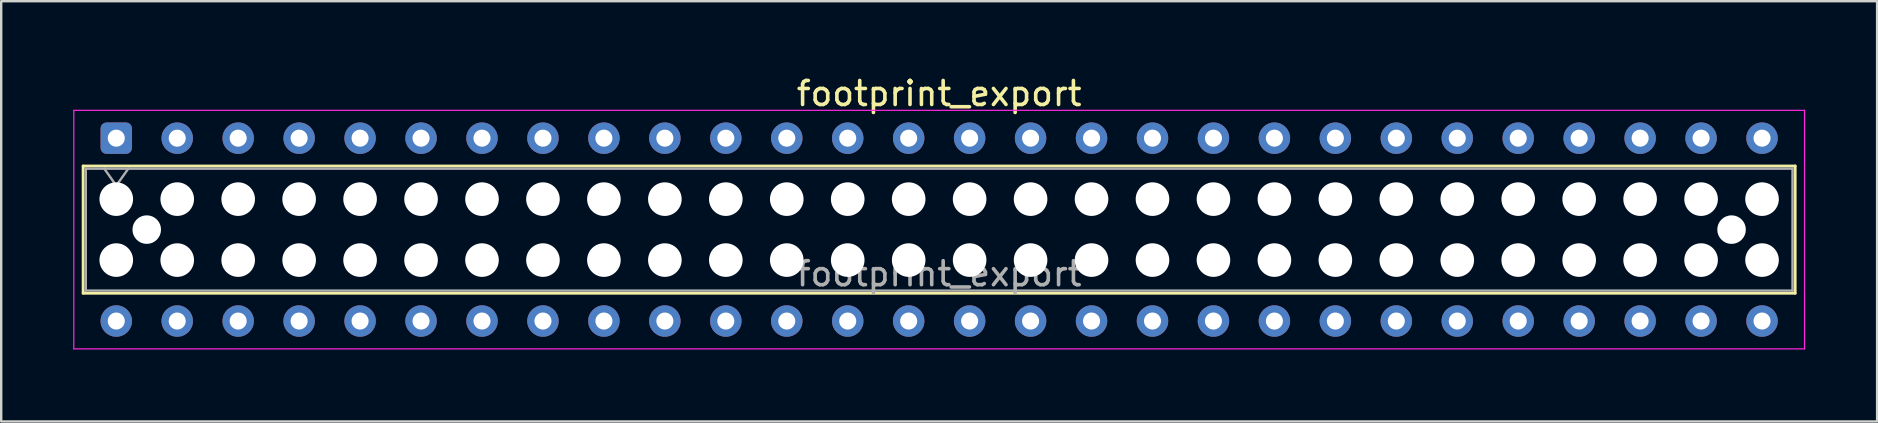
<source format=kicad_pcb>
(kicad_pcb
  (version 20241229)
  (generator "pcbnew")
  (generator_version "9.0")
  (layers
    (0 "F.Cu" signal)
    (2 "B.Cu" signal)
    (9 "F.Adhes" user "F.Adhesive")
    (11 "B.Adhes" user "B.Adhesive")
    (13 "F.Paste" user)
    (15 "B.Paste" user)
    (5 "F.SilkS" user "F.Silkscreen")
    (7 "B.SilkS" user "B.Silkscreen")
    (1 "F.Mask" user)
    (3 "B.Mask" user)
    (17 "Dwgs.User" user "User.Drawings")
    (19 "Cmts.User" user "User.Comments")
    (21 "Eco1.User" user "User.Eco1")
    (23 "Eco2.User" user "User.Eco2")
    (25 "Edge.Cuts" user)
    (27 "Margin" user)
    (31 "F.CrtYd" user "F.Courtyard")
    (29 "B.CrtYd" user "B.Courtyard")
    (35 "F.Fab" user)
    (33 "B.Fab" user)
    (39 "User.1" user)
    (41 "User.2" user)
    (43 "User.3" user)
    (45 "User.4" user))
  (footprint "footprint_export"
    (layer "F.Cu")
    (at 1.795 2.708)
    (property "Reference" "footprint_export" (at 34.29 -1.86 0) (layer "F.SilkS") (effects (font (size 1 1) (thickness 0.15))))
    (attr through_hole)
    (fp_line (start -1.38 1.16) (end 69.96 1.16) (stroke (width 0.12) (type solid)) (layer "F.SilkS"))
    (fp_line (start -1.38 6.46) (end -1.38 1.16) (stroke (width 0.12) (type solid)) (layer "F.SilkS"))
    (fp_line (start 69.96 1.16) (end 69.96 6.46) (stroke (width 0.12) (type solid)) (layer "F.SilkS"))
    (fp_line (start 69.96 6.46) (end -1.38 6.46) (stroke (width 0.12) (type solid)) (layer "F.SilkS"))
    (fp_line (start -1.77 -1.16) (end 70.35 -1.16) (stroke (width 0.05) (type solid)) (layer "F.CrtYd"))
    (fp_line (start -1.77 8.78) (end -1.77 -1.16) (stroke (width 0.05) (type solid)) (layer "F.CrtYd"))
    (fp_line (start 70.35 -1.16) (end 70.35 8.78) (stroke (width 0.05) (type solid)) (layer "F.CrtYd"))
    (fp_line (start 70.35 8.78) (end -1.77 8.78) (stroke (width 0.05) (type solid)) (layer "F.CrtYd"))
    (fp_line (start -1.27 1.27) (end 69.85 1.27) (stroke (width 0.1) (type solid)) (layer "F.Fab"))
    (fp_line (start -1.27 6.35) (end -1.27 1.27) (stroke (width 0.1) (type solid)) (layer "F.Fab"))
    (fp_line (start -0.5 1.27) (end 0 1.977) (stroke (width 0.1) (type solid)) (layer "F.Fab"))
    (fp_line (start 0 1.977) (end 0.5 1.27) (stroke (width 0.1) (type solid)) (layer "F.Fab"))
    (fp_line (start 69.85 1.27) (end 69.85 6.35) (stroke (width 0.1) (type solid)) (layer "F.Fab"))
    (fp_line (start 69.85 6.35) (end -1.27 6.35) (stroke (width 0.1) (type solid)) (layer "F.Fab"))
    (fp_text user "${REFERENCE}" (at 34.29 5.65 0) (layer "F.Fab") (effects (font (size 1 1) (thickness 0.15))))
    (pad "" np_thru_hole circle (at 0 2.54) (size 1.4 1.4) (drill 1.4) (layers "*.Cu" "*.Mask"))
    (pad "" np_thru_hole circle (at 0 5.08) (size 1.4 1.4) (drill 1.4) (layers "*.Cu" "*.Mask"))
    (pad "" np_thru_hole circle (at 1.27 3.81) (size 1.19 1.19) (drill 1.19) (layers "*.Cu" "*.Mask"))
    (pad "" np_thru_hole circle (at 2.54 2.54) (size 1.4 1.4) (drill 1.4) (layers "*.Cu" "*.Mask"))
    (pad "" np_thru_hole circle (at 2.54 5.08) (size 1.4 1.4) (drill 1.4) (layers "*.Cu" "*.Mask"))
    (pad "" np_thru_hole circle (at 5.08 2.54) (size 1.4 1.4) (drill 1.4) (layers "*.Cu" "*.Mask"))
    (pad "" np_thru_hole circle (at 5.08 5.08) (size 1.4 1.4) (drill 1.4) (layers "*.Cu" "*.Mask"))
    (pad "" np_thru_hole circle (at 7.62 2.54) (size 1.4 1.4) (drill 1.4) (layers "*.Cu" "*.Mask"))
    (pad "" np_thru_hole circle (at 7.62 5.08) (size 1.4 1.4) (drill 1.4) (layers "*.Cu" "*.Mask"))
    (pad "" np_thru_hole circle (at 10.16 2.54) (size 1.4 1.4) (drill 1.4) (layers "*.Cu" "*.Mask"))
    (pad "" np_thru_hole circle (at 10.16 5.08) (size 1.4 1.4) (drill 1.4) (layers "*.Cu" "*.Mask"))
    (pad "" np_thru_hole circle (at 12.7 2.54) (size 1.4 1.4) (drill 1.4) (layers "*.Cu" "*.Mask"))
    (pad "" np_thru_hole circle (at 12.7 5.08) (size 1.4 1.4) (drill 1.4) (layers "*.Cu" "*.Mask"))
    (pad "" np_thru_hole circle (at 15.24 2.54) (size 1.4 1.4) (drill 1.4) (layers "*.Cu" "*.Mask"))
    (pad "" np_thru_hole circle (at 15.24 5.08) (size 1.4 1.4) (drill 1.4) (layers "*.Cu" "*.Mask"))
    (pad "" np_thru_hole circle (at 17.78 2.54) (size 1.4 1.4) (drill 1.4) (layers "*.Cu" "*.Mask"))
    (pad "" np_thru_hole circle (at 17.78 5.08) (size 1.4 1.4) (drill 1.4) (layers "*.Cu" "*.Mask"))
    (pad "" np_thru_hole circle (at 20.32 2.54) (size 1.4 1.4) (drill 1.4) (layers "*.Cu" "*.Mask"))
    (pad "" np_thru_hole circle (at 20.32 5.08) (size 1.4 1.4) (drill 1.4) (layers "*.Cu" "*.Mask"))
    (pad "" np_thru_hole circle (at 22.86 2.54) (size 1.4 1.4) (drill 1.4) (layers "*.Cu" "*.Mask"))
    (pad "" np_thru_hole circle (at 22.86 5.08) (size 1.4 1.4) (drill 1.4) (layers "*.Cu" "*.Mask"))
    (pad "" np_thru_hole circle (at 25.4 2.54) (size 1.4 1.4) (drill 1.4) (layers "*.Cu" "*.Mask"))
    (pad "" np_thru_hole circle (at 25.4 5.08) (size 1.4 1.4) (drill 1.4) (layers "*.Cu" "*.Mask"))
    (pad "" np_thru_hole circle (at 27.94 2.54) (size 1.4 1.4) (drill 1.4) (layers "*.Cu" "*.Mask"))
    (pad "" np_thru_hole circle (at 27.94 5.08) (size 1.4 1.4) (drill 1.4) (layers "*.Cu" "*.Mask"))
    (pad "" np_thru_hole circle (at 30.48 2.54) (size 1.4 1.4) (drill 1.4) (layers "*.Cu" "*.Mask"))
    (pad "" np_thru_hole circle (at 30.48 5.08) (size 1.4 1.4) (drill 1.4) (layers "*.Cu" "*.Mask"))
    (pad "" np_thru_hole circle (at 33.02 2.54) (size 1.4 1.4) (drill 1.4) (layers "*.Cu" "*.Mask"))
    (pad "" np_thru_hole circle (at 33.02 5.08) (size 1.4 1.4) (drill 1.4) (layers "*.Cu" "*.Mask"))
    (pad "" np_thru_hole circle (at 35.56 2.54) (size 1.4 1.4) (drill 1.4) (layers "*.Cu" "*.Mask"))
    (pad "" np_thru_hole circle (at 35.56 5.08) (size 1.4 1.4) (drill 1.4) (layers "*.Cu" "*.Mask"))
    (pad "" np_thru_hole circle (at 38.1 2.54) (size 1.4 1.4) (drill 1.4) (layers "*.Cu" "*.Mask"))
    (pad "" np_thru_hole circle (at 38.1 5.08) (size 1.4 1.4) (drill 1.4) (layers "*.Cu" "*.Mask"))
    (pad "" np_thru_hole circle (at 40.64 2.54) (size 1.4 1.4) (drill 1.4) (layers "*.Cu" "*.Mask"))
    (pad "" np_thru_hole circle (at 40.64 5.08) (size 1.4 1.4) (drill 1.4) (layers "*.Cu" "*.Mask"))
    (pad "" np_thru_hole circle (at 43.18 2.54) (size 1.4 1.4) (drill 1.4) (layers "*.Cu" "*.Mask"))
    (pad "" np_thru_hole circle (at 43.18 5.08) (size 1.4 1.4) (drill 1.4) (layers "*.Cu" "*.Mask"))
    (pad "" np_thru_hole circle (at 45.72 2.54) (size 1.4 1.4) (drill 1.4) (layers "*.Cu" "*.Mask"))
    (pad "" np_thru_hole circle (at 45.72 5.08) (size 1.4 1.4) (drill 1.4) (layers "*.Cu" "*.Mask"))
    (pad "" np_thru_hole circle (at 48.26 2.54) (size 1.4 1.4) (drill 1.4) (layers "*.Cu" "*.Mask"))
    (pad "" np_thru_hole circle (at 48.26 5.08) (size 1.4 1.4) (drill 1.4) (layers "*.Cu" "*.Mask"))
    (pad "" np_thru_hole circle (at 50.8 2.54) (size 1.4 1.4) (drill 1.4) (layers "*.Cu" "*.Mask"))
    (pad "" np_thru_hole circle (at 50.8 5.08) (size 1.4 1.4) (drill 1.4) (layers "*.Cu" "*.Mask"))
    (pad "" np_thru_hole circle (at 53.34 2.54) (size 1.4 1.4) (drill 1.4) (layers "*.Cu" "*.Mask"))
    (pad "" np_thru_hole circle (at 53.34 5.08) (size 1.4 1.4) (drill 1.4) (layers "*.Cu" "*.Mask"))
    (pad "" np_thru_hole circle (at 55.88 2.54) (size 1.4 1.4) (drill 1.4) (layers "*.Cu" "*.Mask"))
    (pad "" np_thru_hole circle (at 55.88 5.08) (size 1.4 1.4) (drill 1.4) (layers "*.Cu" "*.Mask"))
    (pad "" np_thru_hole circle (at 58.42 2.54) (size 1.4 1.4) (drill 1.4) (layers "*.Cu" "*.Mask"))
    (pad "" np_thru_hole circle (at 58.42 5.08) (size 1.4 1.4) (drill 1.4) (layers "*.Cu" "*.Mask"))
    (pad "" np_thru_hole circle (at 60.96 2.54) (size 1.4 1.4) (drill 1.4) (layers "*.Cu" "*.Mask"))
    (pad "" np_thru_hole circle (at 60.96 5.08) (size 1.4 1.4) (drill 1.4) (layers "*.Cu" "*.Mask"))
    (pad "" np_thru_hole circle (at 63.5 2.54) (size 1.4 1.4) (drill 1.4) (layers "*.Cu" "*.Mask"))
    (pad "" np_thru_hole circle (at 63.5 5.08) (size 1.4 1.4) (drill 1.4) (layers "*.Cu" "*.Mask"))
    (pad "" np_thru_hole circle (at 66.04 2.54) (size 1.4 1.4) (drill 1.4) (layers "*.Cu" "*.Mask"))
    (pad "" np_thru_hole circle (at 66.04 5.08) (size 1.4 1.4) (drill 1.4) (layers "*.Cu" "*.Mask"))
    (pad "" np_thru_hole circle (at 67.31 3.81) (size 1.19 1.19) (drill 1.19) (layers "*.Cu" "*.Mask"))
    (pad "" np_thru_hole circle (at 68.58 2.54) (size 1.4 1.4) (drill 1.4) (layers "*.Cu" "*.Mask"))
    (pad "" np_thru_hole circle (at 68.58 5.08) (size 1.4 1.4) (drill 1.4) (layers "*.Cu" "*.Mask"))
    (pad "1" thru_hole roundrect (at 0 0) (size 1.31 1.31) (drill 0.71) (layers "*.Cu" "*.Mask") (roundrect_rratio 0.191))
    (pad "2" thru_hole circle (at 0 7.62) (size 1.31 1.31) (drill 0.71) (layers "*.Cu" "*.Mask"))
    (pad "3" thru_hole circle (at 2.54 0) (size 1.31 1.31) (drill 0.71) (layers "*.Cu" "*.Mask"))
    (pad "4" thru_hole circle (at 2.54 7.62) (size 1.31 1.31) (drill 0.71) (layers "*.Cu" "*.Mask"))
    (pad "5" thru_hole circle (at 5.08 0) (size 1.31 1.31) (drill 0.71) (layers "*.Cu" "*.Mask"))
    (pad "6" thru_hole circle (at 5.08 7.62) (size 1.31 1.31) (drill 0.71) (layers "*.Cu" "*.Mask"))
    (pad "7" thru_hole circle (at 7.62 0) (size 1.31 1.31) (drill 0.71) (layers "*.Cu" "*.Mask"))
    (pad "8" thru_hole circle (at 7.62 7.62) (size 1.31 1.31) (drill 0.71) (layers "*.Cu" "*.Mask"))
    (pad "9" thru_hole circle (at 10.16 0) (size 1.31 1.31) (drill 0.71) (layers "*.Cu" "*.Mask"))
    (pad "10" thru_hole circle (at 10.16 7.62) (size 1.31 1.31) (drill 0.71) (layers "*.Cu" "*.Mask"))
    (pad "11" thru_hole circle (at 12.7 0) (size 1.31 1.31) (drill 0.71) (layers "*.Cu" "*.Mask"))
    (pad "12" thru_hole circle (at 12.7 7.62) (size 1.31 1.31) (drill 0.71) (layers "*.Cu" "*.Mask"))
    (pad "13" thru_hole circle (at 15.24 0) (size 1.31 1.31) (drill 0.71) (layers "*.Cu" "*.Mask"))
    (pad "14" thru_hole circle (at 15.24 7.62) (size 1.31 1.31) (drill 0.71) (layers "*.Cu" "*.Mask"))
    (pad "15" thru_hole circle (at 17.78 0) (size 1.31 1.31) (drill 0.71) (layers "*.Cu" "*.Mask"))
    (pad "16" thru_hole circle (at 17.78 7.62) (size 1.31 1.31) (drill 0.71) (layers "*.Cu" "*.Mask"))
    (pad "17" thru_hole circle (at 20.32 0) (size 1.31 1.31) (drill 0.71) (layers "*.Cu" "*.Mask"))
    (pad "18" thru_hole circle (at 20.32 7.62) (size 1.31 1.31) (drill 0.71) (layers "*.Cu" "*.Mask"))
    (pad "19" thru_hole circle (at 22.86 0) (size 1.31 1.31) (drill 0.71) (layers "*.Cu" "*.Mask"))
    (pad "20" thru_hole circle (at 22.86 7.62) (size 1.31 1.31) (drill 0.71) (layers "*.Cu" "*.Mask"))
    (pad "21" thru_hole circle (at 25.4 0) (size 1.31 1.31) (drill 0.71) (layers "*.Cu" "*.Mask"))
    (pad "22" thru_hole circle (at 25.4 7.62) (size 1.31 1.31) (drill 0.71) (layers "*.Cu" "*.Mask"))
    (pad "23" thru_hole circle (at 27.94 0) (size 1.31 1.31) (drill 0.71) (layers "*.Cu" "*.Mask"))
    (pad "24" thru_hole circle (at 27.94 7.62) (size 1.31 1.31) (drill 0.71) (layers "*.Cu" "*.Mask"))
    (pad "25" thru_hole circle (at 30.48 0) (size 1.31 1.31) (drill 0.71) (layers "*.Cu" "*.Mask"))
    (pad "26" thru_hole circle (at 30.48 7.62) (size 1.31 1.31) (drill 0.71) (layers "*.Cu" "*.Mask"))
    (pad "27" thru_hole circle (at 33.02 0) (size 1.31 1.31) (drill 0.71) (layers "*.Cu" "*.Mask"))
    (pad "28" thru_hole circle (at 33.02 7.62) (size 1.31 1.31) (drill 0.71) (layers "*.Cu" "*.Mask"))
    (pad "29" thru_hole circle (at 35.56 0) (size 1.31 1.31) (drill 0.71) (layers "*.Cu" "*.Mask"))
    (pad "30" thru_hole circle (at 35.56 7.62) (size 1.31 1.31) (drill 0.71) (layers "*.Cu" "*.Mask"))
    (pad "31" thru_hole circle (at 38.1 0) (size 1.31 1.31) (drill 0.71) (layers "*.Cu" "*.Mask"))
    (pad "32" thru_hole circle (at 38.1 7.62) (size 1.31 1.31) (drill 0.71) (layers "*.Cu" "*.Mask"))
    (pad "33" thru_hole circle (at 40.64 0) (size 1.31 1.31) (drill 0.71) (layers "*.Cu" "*.Mask"))
    (pad "34" thru_hole circle (at 40.64 7.62) (size 1.31 1.31) (drill 0.71) (layers "*.Cu" "*.Mask"))
    (pad "35" thru_hole circle (at 43.18 0) (size 1.31 1.31) (drill 0.71) (layers "*.Cu" "*.Mask"))
    (pad "36" thru_hole circle (at 43.18 7.62) (size 1.31 1.31) (drill 0.71) (layers "*.Cu" "*.Mask"))
    (pad "37" thru_hole circle (at 45.72 0) (size 1.31 1.31) (drill 0.71) (layers "*.Cu" "*.Mask"))
    (pad "38" thru_hole circle (at 45.72 7.62) (size 1.31 1.31) (drill 0.71) (layers "*.Cu" "*.Mask"))
    (pad "39" thru_hole circle (at 48.26 0) (size 1.31 1.31) (drill 0.71) (layers "*.Cu" "*.Mask"))
    (pad "40" thru_hole circle (at 48.26 7.62) (size 1.31 1.31) (drill 0.71) (layers "*.Cu" "*.Mask"))
    (pad "41" thru_hole circle (at 50.8 0) (size 1.31 1.31) (drill 0.71) (layers "*.Cu" "*.Mask"))
    (pad "42" thru_hole circle (at 50.8 7.62) (size 1.31 1.31) (drill 0.71) (layers "*.Cu" "*.Mask"))
    (pad "43" thru_hole circle (at 53.34 0) (size 1.31 1.31) (drill 0.71) (layers "*.Cu" "*.Mask"))
    (pad "44" thru_hole circle (at 53.34 7.62) (size 1.31 1.31) (drill 0.71) (layers "*.Cu" "*.Mask"))
    (pad "45" thru_hole circle (at 55.88 0) (size 1.31 1.31) (drill 0.71) (layers "*.Cu" "*.Mask"))
    (pad "46" thru_hole circle (at 55.88 7.62) (size 1.31 1.31) (drill 0.71) (layers "*.Cu" "*.Mask"))
    (pad "47" thru_hole circle (at 58.42 0) (size 1.31 1.31) (drill 0.71) (layers "*.Cu" "*.Mask"))
    (pad "48" thru_hole circle (at 58.42 7.62) (size 1.31 1.31) (drill 0.71) (layers "*.Cu" "*.Mask"))
    (pad "49" thru_hole circle (at 60.96 0) (size 1.31 1.31) (drill 0.71) (layers "*.Cu" "*.Mask"))
    (pad "50" thru_hole circle (at 60.96 7.62) (size 1.31 1.31) (drill 0.71) (layers "*.Cu" "*.Mask"))
    (pad "51" thru_hole circle (at 63.5 0) (size 1.31 1.31) (drill 0.71) (layers "*.Cu" "*.Mask"))
    (pad "52" thru_hole circle (at 63.5 7.62) (size 1.31 1.31) (drill 0.71) (layers "*.Cu" "*.Mask"))
    (pad "53" thru_hole circle (at 66.04 0) (size 1.31 1.31) (drill 0.71) (layers "*.Cu" "*.Mask"))
    (pad "54" thru_hole circle (at 66.04 7.62) (size 1.31 1.31) (drill 0.71) (layers "*.Cu" "*.Mask"))
    (pad "55" thru_hole circle (at 68.58 0) (size 1.31 1.31) (drill 0.71) (layers "*.Cu" "*.Mask"))
    (pad "56" thru_hole circle (at 68.58 7.62) (size 1.31 1.31) (drill 0.71) (layers "*.Cu" "*.Mask")))
  (gr_rect
    (start -3 -3)
    (end 75.17 14.513)
    (stroke (width 0.1) (type default))
    (fill no)
    (layer "Edge.Cuts")))
</source>
